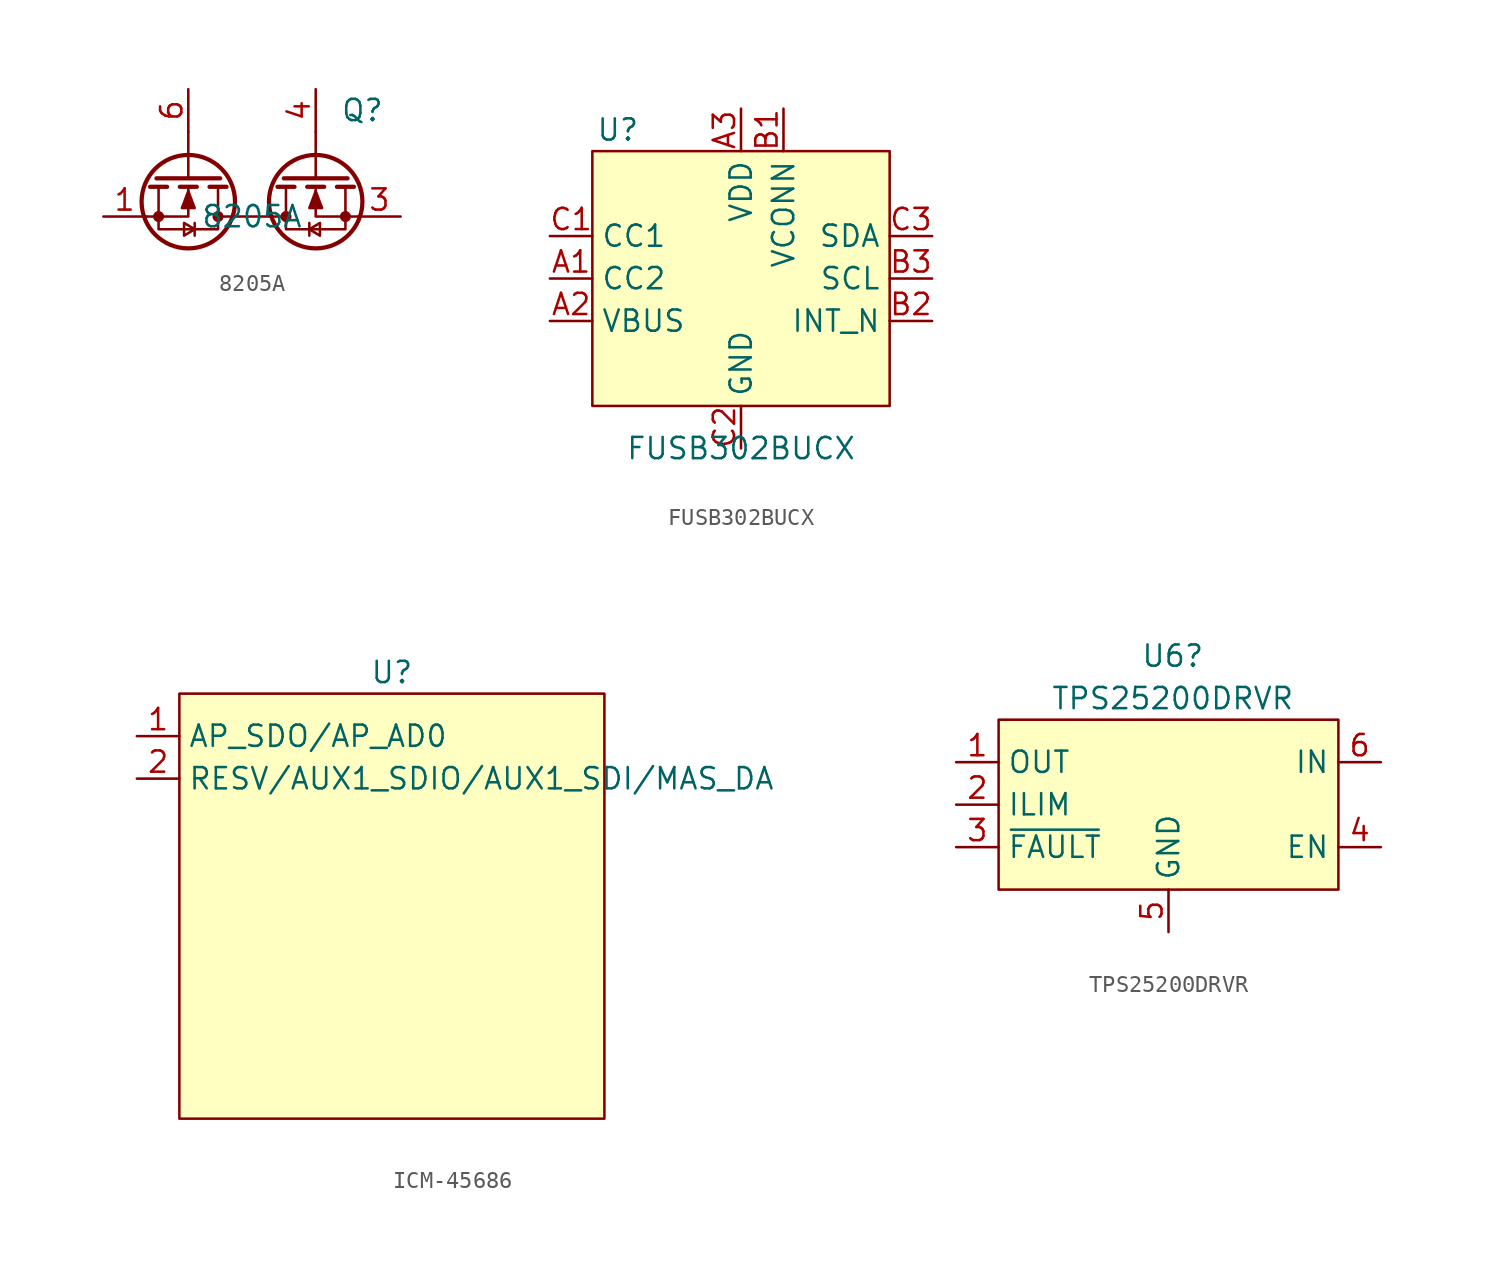
<source format=kicad_sym>
(kicad_symbol_lib
  (version 20241209)
  (generator "kicad_symbol_editor")
  (generator_version "9.0")
  (symbol "8205A"
    (property "Reference" "Q"
      (at 6.604 6.35 0)
      (effects (font (size 1.27 1.27))))
    (property "Value" "8205A"
      (at 0 0 0)
      (effects (font (size 1.27 1.27))))
    (symbol "8205A_0_1"
      (polyline (pts (xy -6.35 0) (xy -3.81 0) (xy -3.81 1.778)) (stroke (width 0) (type default)) (fill (type none)))
      (polyline (pts (xy -5.588 1.778) (xy -5.588 -0.762) (xy -2.032 -0.762) (xy -2.032 1.778)) (stroke (width 0) (type default)) (fill (type none)))
      (circle (center -5.588 0) (radius 0.254) (stroke (width 0) (type default)) (fill (type outline)))
      (polyline (pts (xy -5.08 1.778) (xy -6.096 1.778)) (stroke (width 0.254) (type default)) (fill (type none)))
      (polyline (pts (xy -3.81 2.286) (xy -3.81 5.08)) (stroke (width 0) (type default)) (fill (type none)))
      (polyline (pts (xy -3.81 1.524) (xy -3.429 0.508) (xy -4.191 0.508) (xy -3.81 1.524)) (stroke (width 0) (type default)) (fill (type outline)))
      (circle (center -3.81 0.889) (radius 2.794) (stroke (width 0.254) (type default)) (fill (type none)))
      (polyline (pts (xy -3.429 -0.381) (xy -3.429 -1.143)) (stroke (width 0) (type default)) (fill (type none)))
      (polyline (pts (xy -3.429 -0.762) (xy -4.064 -0.381) (xy -4.064 -1.143) (xy -3.429 -0.762)) (stroke (width 0) (type default)) (fill (type none)))
      (polyline (pts (xy -3.302 1.778) (xy -4.318 1.778)) (stroke (width 0.254) (type default)) (fill (type none)))
      (circle (center -2.032 0) (radius 0.254) (stroke (width 0) (type default)) (fill (type outline)))
      (polyline (pts (xy -1.905 2.286) (xy -5.715 2.286)) (stroke (width 0.254) (type default)) (fill (type none)))
      (polyline (pts (xy -1.524 1.778) (xy -2.54 1.778)) (stroke (width 0.254) (type default)) (fill (type none)))
      (polyline (pts (xy 1.524 1.778) (xy 2.54 1.778)) (stroke (width 0.254) (type default)) (fill (type none)))
      (polyline (pts (xy 1.905 2.286) (xy 5.715 2.286)) (stroke (width 0.254) (type default)) (fill (type none)))
      (polyline (pts (xy 2.032 0) (xy -2.032 0)) (stroke (width 0) (type default)) (fill (type none)))
      (circle (center 2.032 0) (radius 0.254) (stroke (width 0) (type default)) (fill (type outline)))
      (polyline (pts (xy 3.302 1.778) (xy 4.318 1.778)) (stroke (width 0.254) (type default)) (fill (type none)))
      (polyline (pts (xy 3.429 -0.381) (xy 3.429 -1.143)) (stroke (width 0) (type default)) (fill (type none)))
      (polyline (pts (xy 3.429 -0.762) (xy 4.064 -0.381) (xy 4.064 -1.143) (xy 3.429 -0.762)) (stroke (width 0) (type default)) (fill (type none)))
      (polyline (pts (xy 3.81 2.286) (xy 3.81 5.08)) (stroke (width 0) (type default)) (fill (type none)))
      (polyline (pts (xy 3.81 1.524) (xy 3.429 0.508) (xy 4.191 0.508) (xy 3.81 1.524)) (stroke (width 0) (type default)) (fill (type outline)))
      (circle (center 3.81 0.889) (radius 2.794) (stroke (width 0.254) (type default)) (fill (type none)))
      (polyline (pts (xy 5.08 1.778) (xy 6.096 1.778)) (stroke (width 0.254) (type default)) (fill (type none)))
      (polyline (pts (xy 5.588 1.778) (xy 5.588 -0.762) (xy 2.032 -0.762) (xy 2.032 1.778)) (stroke (width 0) (type default)) (fill (type none)))
      (circle (center 5.588 0) (radius 0.254) (stroke (width 0) (type default)) (fill (type outline)))
      (polyline (pts (xy 6.35 0) (xy 3.81 0) (xy 3.81 1.778)) (stroke (width 0) (type default)) (fill (type none))))
    (symbol "8205A_1_1"
      (pin passive line (at -8.89 0 0) (length 2.54) (name "S1" (effects (font (size 0 0)))) (number "1" (effects (font (size 1.27 1.27)))))
      (pin input line (at -3.81 7.62 270) (length 2.54) (name "G1" (effects (font (size 0 0)))) (number "6" (effects (font (size 1.27 1.27)))))
      (pin input line (at 3.81 7.62 270) (length 2.54) (name "G2" (effects (font (size 0 0)))) (number "4" (effects (font (size 1.27 1.27)))))
      (pin passive line (at 8.89 0 180) (length 2.54) (name "S2" (effects (font (size 0 0)))) (number "3" (effects (font (size 1.27 1.27)))))))
  (symbol "FUSB302BUCX"
    (property "Reference" "U"
      (at -7.366 8.89 0)
      (effects (font (size 1.27 1.27))))
    (property "Value" "FUSB302BUCX"
      (at 0 -10.16 0)
      (effects (font (size 1.27 1.27))))
    (symbol "FUSB302BUCX_0_1"
      (rectangle (start -8.89 7.62) (end 8.89 -7.62) (stroke (width 0) (type default)) (fill (type background)))
      (pin bidirectional line (at -11.43 2.54 0) (length 2.54) (name "CC1" (effects (font (size 1.27 1.27)))) (number "C1" (effects (font (size 1.27 1.27)))))
      (pin bidirectional line (at -11.43 0 0) (length 2.54) (name "CC2" (effects (font (size 1.27 1.27)))) (number "A1" (effects (font (size 1.27 1.27)))))
      (pin input line (at -11.43 -2.54 0) (length 2.54) (name "VBUS" (effects (font (size 1.27 1.27)))) (number "A2" (effects (font (size 1.27 1.27)))))
      (pin open_emitter line (at 11.43 2.54 180) (length 2.54) (name "SDA" (effects (font (size 1.27 1.27)))) (number "C3" (effects (font (size 1.27 1.27)))))
      (pin open_emitter line (at 11.43 0 180) (length 2.54) (name "SCL" (effects (font (size 1.27 1.27)))) (number "B3" (effects (font (size 1.27 1.27)))))
      (pin open_emitter line (at 11.43 -2.54 180) (length 2.54) (name "INT_N" (effects (font (size 1.27 1.27)))) (number "B2" (effects (font (size 1.27 1.27))))))
    (symbol "FUSB302BUCX_1_1"
      (pin power_in line (at 0 10.16 270) (length 2.54) (name "VDD" (effects (font (size 1.27 1.27)))) (number "A3" (effects (font (size 1.27 1.27)))))
      (pin passive line (at 0 -10.16 90) (length 2.54) (name "GND" (effects (font (size 1.27 1.27)))) (number "C2" (effects (font (size 1.27 1.27)))))
      (pin power_in line (at 2.54 10.16 270) (length 2.54) (name "VCONN" (effects (font (size 1.27 1.27)))) (number "B1" (effects (font (size 1.27 1.27)))))))
  (symbol "ICM-45686"
    (property "Reference" "U"
      (at 0 0 0)
      (effects (font (size 1.27 1.27))))
    (property "Value" ""
      (at 0 0 0)
      (effects (font (size 1.27 1.27))))
    (symbol "ICM-45686_1_1"
      (rectangle (start -12.7 -1.27) (end 12.7 -26.67) (stroke (width 0) (type solid)) (fill (type background)))
      (pin bidirectional line (at -15.24 -3.81 0) (length 2.54) (name "AP_SDO/AP_AD0" (effects (font (size 1.27 1.27)))) (number "1" (effects (font (size 1.27 1.27)))))
      (pin bidirectional line (at -15.24 -6.35 0) (length 2.54) (name "RESV/AUX1_SDIO/AUX1_SDI/MAS_DA" (effects (font (size 1.27 1.27)))) (number "2" (effects (font (size 1.27 1.27)))))))
  (symbol "TPS25200DRVR"
    (property "Reference" "U6"
      (at 0.254 8.89 0)
      (effects (font (size 1.27 1.27))))
    (property "Value" "TPS25200DRVR"
      (at 0.254 6.35 0)
      (effects (font (size 1.27 1.27))))
    (symbol "TPS25200DRVR_0_1"
      (rectangle (start -10.16 5.08) (end 10.16 -5.08) (stroke (width 0) (type default)) (fill (type background)))
      (pin unspecified line (at -12.7 2.54 0) (length 2.54) (name "OUT" (effects (font (size 1.27 1.27)))) (number "1" (effects (font (size 1.27 1.27)))))
      (pin unspecified line (at -12.7 0 0) (length 2.54) (name "ILIM" (effects (font (size 1.27 1.27)))) (number "2" (effects (font (size 1.27 1.27)))))
      (pin unspecified line (at -12.7 -2.54 0) (length 2.54) (name "~{FAULT}" (effects (font (size 1.27 1.27)))) (number "3" (effects (font (size 1.27 1.27)))))
      (pin unspecified line (at 0 -7.62 90) (length 2.54) (name "GND" (effects (font (size 1.27 1.27)))) (number "5" (effects (font (size 1.27 1.27)))))
      (pin unspecified line (at 12.7 2.54 180) (length 2.54) (name "IN" (effects (font (size 1.27 1.27)))) (number "6" (effects (font (size 1.27 1.27)))))
      (pin unspecified line (at 12.7 -2.54 180) (length 2.54) (name "EN" (effects (font (size 1.27 1.27)))) (number "4" (effects (font (size 1.27 1.27))))))
    (symbol "TPS25200DRVR_1_1"
      (pin unspecified line (at 0 -7.62 90) (length 2.54) (hide yes) (name "EP" (effects (font (size 1.27 1.27)))) (number "7" (effects (font (size 1.27 1.27))))))))
</source>
